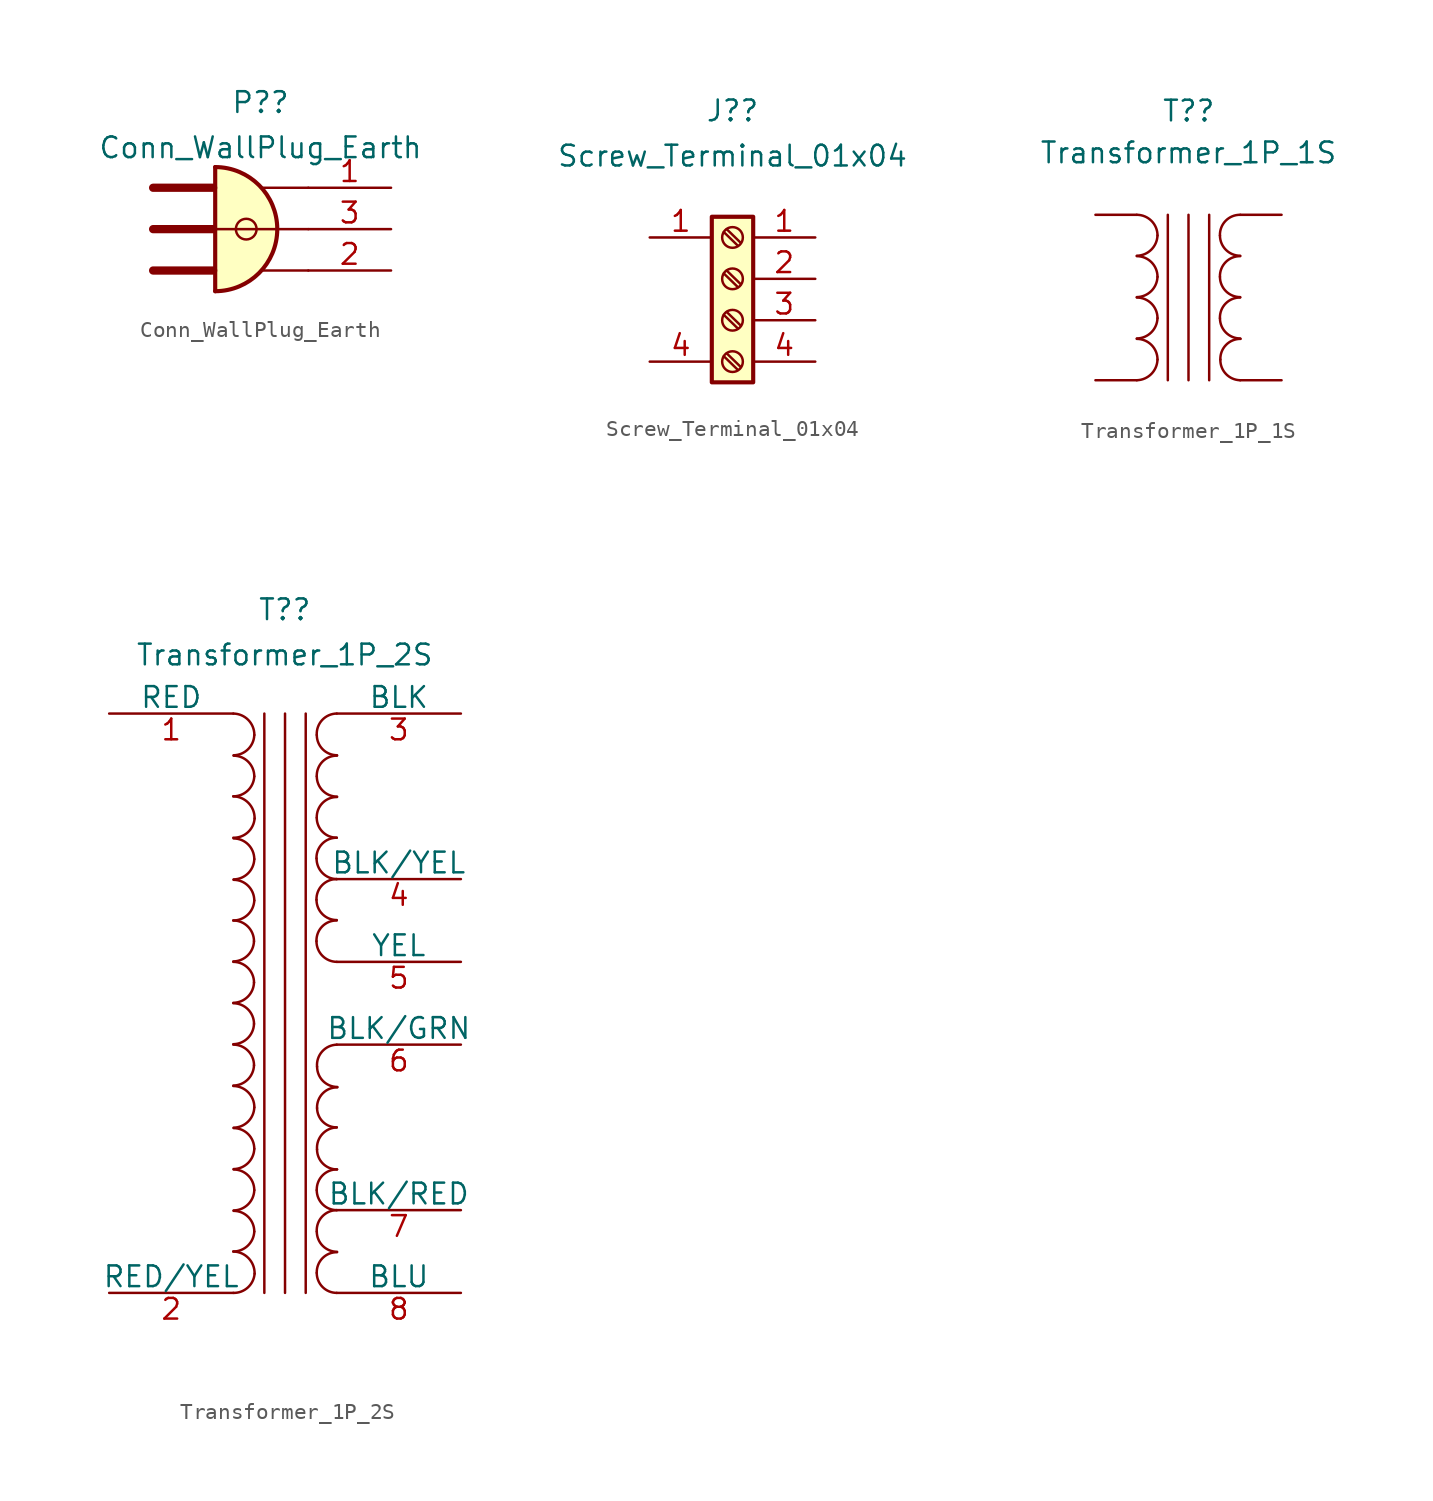
<source format=kicad_sym>
(kicad_symbol_lib
  (version 20211014)
  (generator kicad_symbol_editor)
  (symbol "Conn_WallPlug_Earth"
    (pin_names
      (offset 0) hide)
    (property "Reference" "P?"
      (at -0.394 7.777 0)
      (effects (font (size 1.27 1.27))))
    (property "Value" "Conn_WallPlug_Earth"
      (at -0.394 5.001 0)
      (effects (font (size 1.27 1.27))))
    (symbol "Conn_WallPlug_Earth_0_1"
      (arc (start -3.175 -3.81) (mid 0.635 0) (end -3.175 3.81) (stroke (width 0.254) (type default) (color 0 0 0 0)) (fill (type background)))
      (polyline (pts (xy -6.985 -2.54) (xy -3.302 -2.54)) (stroke (width 0.508) (type default) (color 0 0 0 0)) (fill (type none)))
      (polyline (pts (xy -6.985 0) (xy -3.302 0)) (stroke (width 0.508) (type default) (color 0 0 0 0)) (fill (type none)))
      (polyline (pts (xy -6.985 2.54) (xy -3.302 2.54)) (stroke (width 0.508) (type default) (color 0 0 0 0)) (fill (type none)))
      (polyline (pts (xy -3.302 0) (xy 2.54 0)) (stroke (width 0) (type default) (color 0 0 0 0)) (fill (type none)))
      (polyline (pts (xy -3.175 -3.81) (xy -3.175 3.81)) (stroke (width 0.254) (type default) (color 0 0 0 0)) (fill (type none)))
      (polyline (pts (xy -0.254 -2.54) (xy 2.54 -2.54)) (stroke (width 0) (type default) (color 0 0 0 0)) (fill (type none)))
      (polyline (pts (xy -0.254 2.54) (xy 2.54 2.54)) (stroke (width 0) (type default) (color 0 0 0 0)) (fill (type none))))
    (symbol "Conn_WallPlug_Earth_1_1"
      (circle (center -1.27 0) (radius 0.635) (stroke (width 0.152) (type default) (color 0 0 0 0)) (fill (type none)))
      (pin power_out line (at 7.62 2.54 180) (length 5.08) (name "AC_P" (effects (font (size 1.27 1.27)))) (number "1" (effects (font (size 1.27 1.27)))))
      (pin power_out line (at 7.62 -2.54 180) (length 5.08) (name "AC_N" (effects (font (size 1.27 1.27)))) (number "2" (effects (font (size 1.27 1.27)))))
      (pin passive line (at 7.62 0 180) (length 5.08) (name "EARTH" (effects (font (size 1.27 1.27)))) (number "3" (effects (font (size 1.27 1.27)))))))
  (symbol "Screw_Terminal_01x04"
    (pin_names
      (offset 1.016) hide)
    (property "Reference" "J?"
      (at 0 10.316 0)
      (effects (font (size 1.27 1.27))))
    (property "Value" "Screw_Terminal_01x04"
      (at 0 7.541 0)
      (effects (font (size 1.27 1.27))))
    (symbol "Screw_Terminal_01x04_1_1"
      (rectangle (start -1.27 3.81) (end 1.27 -6.35) (stroke (width 0.254) (type default) (color 0 0 0 0)) (fill (type background)))
      (circle (center 0 -5.08) (radius 0.635) (stroke (width 0.152) (type default) (color 0 0 0 0)) (fill (type none)))
      (circle (center 0 -2.54) (radius 0.635) (stroke (width 0.152) (type default) (color 0 0 0 0)) (fill (type none)))
      (polyline (pts (xy -0.533 -4.75) (xy 0.33 -5.588)) (stroke (width 0.152) (type default) (color 0 0 0 0)) (fill (type none)))
      (polyline (pts (xy -0.533 -2.21) (xy 0.33 -3.048)) (stroke (width 0.152) (type default) (color 0 0 0 0)) (fill (type none)))
      (polyline (pts (xy -0.533 0.33) (xy 0.33 -0.508)) (stroke (width 0.152) (type default) (color 0 0 0 0)) (fill (type none)))
      (polyline (pts (xy -0.533 2.87) (xy 0.33 2.032)) (stroke (width 0.152) (type default) (color 0 0 0 0)) (fill (type none)))
      (polyline (pts (xy -0.356 -4.572) (xy 0.508 -5.41)) (stroke (width 0.152) (type default) (color 0 0 0 0)) (fill (type none)))
      (polyline (pts (xy -0.356 -2.032) (xy 0.508 -2.87)) (stroke (width 0.152) (type default) (color 0 0 0 0)) (fill (type none)))
      (polyline (pts (xy -0.356 0.508) (xy 0.508 -0.33)) (stroke (width 0.152) (type default) (color 0 0 0 0)) (fill (type none)))
      (polyline (pts (xy -0.356 3.048) (xy 0.508 2.21)) (stroke (width 0.152) (type default) (color 0 0 0 0)) (fill (type none)))
      (circle (center 0 0) (radius 0.635) (stroke (width 0.152) (type default) (color 0 0 0 0)) (fill (type none)))
      (circle (center 0 2.54) (radius 0.635) (stroke (width 0.152) (type default) (color 0 0 0 0)) (fill (type none)))
      (pin passive line (at -5.08 2.54 0) (length 3.81) (name "Pin_1" (effects (font (size 1.27 1.27)))) (number "1" (effects (font (size 1.27 1.27)))))
      (pin passive line (at 5.08 2.54 180) (length 3.81) (name "Pin_1" (effects (font (size 1.27 1.27)))) (number "1" (effects (font (size 1.27 1.27)))))
      (pin passive line (at 5.08 0 180) (length 3.81) (name "Pin_2" (effects (font (size 1.27 1.27)))) (number "2" (effects (font (size 1.27 1.27)))))
      (pin passive line (at 5.08 -2.54 180) (length 3.81) (name "Pin_3" (effects (font (size 1.27 1.27)))) (number "3" (effects (font (size 1.27 1.27)))))
      (pin passive line (at -5.08 -5.08 0) (length 3.81) (name "Pin_4" (effects (font (size 1.27 1.27)))) (number "4" (effects (font (size 1.27 1.27)))))
      (pin passive line (at 5.08 -5.08 180) (length 3.81) (name "Pin_4" (effects (font (size 1.27 1.27)))) (number "4" (effects (font (size 1.27 1.27)))))))
  (symbol "Transformer_1P_1S"
    (pin_numbers hide)
    (pin_names
      (offset 1.016) hide)
    (property "Reference" "T?"
      (at 0.013 11.46 0)
      (effects (font (size 1.27 1.27))))
    (property "Value" "Transformer_1P_1S"
      (at 0 8.89 0)
      (effects (font (size 1.27 1.27))))
    (symbol "Transformer_1P_1S_0_1"
      (arc (start -3.175 -5.08) (mid -2.2861 -4.6989) (end -1.905 -3.81) (stroke (width 0) (type default) (color 0 0 0 0)) (fill (type none)))
      (arc (start -3.175 -2.5146) (mid -2.2911 -2.1463) (end -1.905 -1.27) (stroke (width 0) (type default) (color 0 0 0 0)) (fill (type none)))
      (arc (start -3.175 0.0254) (mid -2.2911 0.3937) (end -1.905 1.27) (stroke (width 0) (type default) (color 0 0 0 0)) (fill (type none)))
      (arc (start -3.175 2.5654) (mid -2.2911 2.9337) (end -1.905 3.81) (stroke (width 0) (type default) (color 0 0 0 0)) (fill (type none)))
      (arc (start -1.905 -3.81) (mid -2.277 -2.912) (end -3.175 -2.54) (stroke (width 0) (type default) (color 0 0 0 0)) (fill (type none)))
      (arc (start -1.905 -1.27) (mid -2.277 -0.372) (end -3.175 0) (stroke (width 0) (type default) (color 0 0 0 0)) (fill (type none)))
      (arc (start -1.905 1.27) (mid -2.277 2.168) (end -3.175 2.54) (stroke (width 0) (type default) (color 0 0 0 0)) (fill (type none)))
      (arc (start -1.905 3.81) (mid -2.277 4.708) (end -3.175 5.08) (stroke (width 0) (type default) (color 0 0 0 0)) (fill (type none)))
      (polyline (pts (xy -1.27 5.08) (xy -1.27 -5.08)) (stroke (width 0) (type default) (color 0 0 0 0)) (fill (type none)))
      (polyline (pts (xy 0 -5.08) (xy 0 5.08)) (stroke (width 0) (type default) (color 0 0 0 0)) (fill (type none)))
      (polyline (pts (xy 1.27 -5.08) (xy 1.27 5.08)) (stroke (width 0) (type default) (color 0 0 0 0)) (fill (type none)))
      (arc (start 1.9304 -1.27) (mid 2.2949 -2.1501) (end 3.175 -2.5146) (stroke (width 0) (type default) (color 0 0 0 0)) (fill (type none)))
      (arc (start 1.9304 1.27) (mid 2.2949 0.3899) (end 3.175 0.0254) (stroke (width 0) (type default) (color 0 0 0 0)) (fill (type none)))
      (arc (start 1.9304 3.81) (mid 2.2949 2.9299) (end 3.175 2.5654) (stroke (width 0) (type default) (color 0 0 0 0)) (fill (type none)))
      (arc (start 1.9558 -3.81) (mid 2.3027 -4.6972) (end 3.175 -5.08) (stroke (width 0) (type default) (color 0 0 0 0)) (fill (type none)))
      (arc (start 3.175 0) (mid 2.2806 -0.3683) (end 1.9304 -1.27) (stroke (width 0) (type default) (color 0 0 0 0)) (fill (type none)))
      (arc (start 3.175 2.54) (mid 2.2806 2.1717) (end 1.9304 1.27) (stroke (width 0) (type default) (color 0 0 0 0)) (fill (type none)))
      (arc (start 3.175 5.08) (mid 2.2806 4.7117) (end 1.9304 3.81) (stroke (width 0) (type default) (color 0 0 0 0)) (fill (type none)))
      (arc (start 3.2004 -2.54) (mid 2.306 -2.9083) (end 1.9558 -3.81) (stroke (width 0) (type default) (color 0 0 0 0)) (fill (type none))))
    (symbol "Transformer_1P_1S_1_1"
      (pin bidirectional line (at -5.715 5.08 0) (length 2.54) (name "" (effects (font (size 1.27 1.27)))) (number "1" (effects (font (size 1.27 1.27)))))
      (pin bidirectional line (at -5.715 -5.08 0) (length 2.54) (name "" (effects (font (size 1.27 1.27)))) (number "2" (effects (font (size 1.27 1.27)))))
      (pin bidirectional line (at 5.715 5.08 180) (length 2.54) (name "" (effects (font (size 1.27 1.27)))) (number "3" (effects (font (size 1.27 1.27)))))
      (pin bidirectional line (at 5.715 -5.08 180) (length 2.54) (name "" (effects (font (size 1.27 1.27)))) (number "4" (effects (font (size 1.27 1.27)))))))
  (symbol "Transformer_1P_2S"
    (pin_names
      (offset 0))
    (property "Reference" "T?"
      (at -0.018 24.16 0)
      (effects (font (size 1.27 1.27))))
    (property "Value" "Transformer_1P_2S"
      (at -0.018 21.384 0)
      (effects (font (size 1.27 1.27))))
    (symbol "Transformer_1P_2S_0_1"
      (arc (start -3.175 -17.78) (mid -2.2854 -17.4508) (end -1.868 -16.599) (stroke (width 0) (type default) (color 0 0 0 0)) (fill (type none)))
      (arc (start -3.175 -15.24) (mid -2.2864 -14.8841) (end -1.8865 -14.0145) (stroke (width 0) (type default) (color 0 0 0 0)) (fill (type none)))
      (arc (start -3.175 -5.0546) (mid -2.2911 -4.6863) (end -1.905 -3.81) (stroke (width 0) (type default) (color 0 0 0 0)) (fill (type none)))
      (arc (start -3.175 -2.5146) (mid -2.2911 -2.1463) (end -1.905 -1.27) (stroke (width 0) (type default) (color 0 0 0 0)) (fill (type none)))
      (arc (start -3.175 0.0254) (mid -2.2911 0.3937) (end -1.905 1.27) (stroke (width 0) (type default) (color 0 0 0 0)) (fill (type none)))
      (arc (start -3.175 2.5654) (mid -2.2911 2.9337) (end -1.905 3.81) (stroke (width 0) (type default) (color 0 0 0 0)) (fill (type none)))
      (arc (start -3.175 5.08) (mid -2.2857 5.4351) (end -1.8865 6.3055) (stroke (width 0) (type default) (color 0 0 0 0)) (fill (type none)))
      (arc (start -3.175 10.16) (mid -2.2854 10.4892) (end -1.868 11.341) (stroke (width 0) (type default) (color 0 0 0 0)) (fill (type none)))
      (arc (start -3.175 12.7) (mid -2.2864 13.0559) (end -1.8865 13.9255) (stroke (width 0) (type default) (color 0 0 0 0)) (fill (type none)))
      (arc (start -3.1565 -12.7191) (mid -2.2726 -12.3508) (end -1.8865 -11.4745) (stroke (width 0) (type default) (color 0 0 0 0)) (fill (type none)))
      (arc (start -3.1565 -10.1791) (mid -2.2726 -9.8108) (end -1.8865 -8.9345) (stroke (width 0) (type default) (color 0 0 0 0)) (fill (type none)))
      (arc (start -3.1565 -7.6391) (mid -2.2726 -7.2708) (end -1.8865 -6.3945) (stroke (width 0) (type default) (color 0 0 0 0)) (fill (type none)))
      (arc (start -3.1565 7.6009) (mid -2.2726 7.9692) (end -1.8865 8.8455) (stroke (width 0) (type default) (color 0 0 0 0)) (fill (type none)))
      (arc (start -3.1565 15.2209) (mid -2.2726 15.5892) (end -1.8865 16.4655) (stroke (width 0) (type default) (color 0 0 0 0)) (fill (type none)))
      (arc (start -1.905 -3.81) (mid -2.277 -2.912) (end -3.175 -2.54) (stroke (width 0) (type default) (color 0 0 0 0)) (fill (type none)))
      (arc (start -1.905 -1.27) (mid -2.277 -0.372) (end -3.175 0) (stroke (width 0) (type default) (color 0 0 0 0)) (fill (type none)))
      (arc (start -1.905 1.27) (mid -2.277 2.168) (end -3.175 2.54) (stroke (width 0) (type default) (color 0 0 0 0)) (fill (type none)))
      (arc (start -1.905 3.81) (mid -2.2787 4.7063) (end -3.175 5.08) (stroke (width 0) (type default) (color 0 0 0 0)) (fill (type none)))
      (arc (start -1.8865 -14.0145) (mid -2.2585 -13.1165) (end -3.1565 -12.7445) (stroke (width 0) (type default) (color 0 0 0 0)) (fill (type none)))
      (arc (start -1.8865 -11.4745) (mid -2.2585 -10.5765) (end -3.1565 -10.2045) (stroke (width 0) (type default) (color 0 0 0 0)) (fill (type none)))
      (arc (start -1.8865 -8.9345) (mid -2.2585 -8.0365) (end -3.1565 -7.6645) (stroke (width 0) (type default) (color 0 0 0 0)) (fill (type none)))
      (arc (start -1.8865 -6.3945) (mid -2.2589 -5.4708) (end -3.175 -5.08) (stroke (width 0) (type default) (color 0 0 0 0)) (fill (type none)))
      (arc (start -1.8865 6.3055) (mid -2.2585 7.2035) (end -3.1565 7.5755) (stroke (width 0) (type default) (color 0 0 0 0)) (fill (type none)))
      (arc (start -1.8865 8.8455) (mid -2.2585 9.7435) (end -3.1565 10.1155) (stroke (width 0) (type default) (color 0 0 0 0)) (fill (type none)))
      (arc (start -1.8865 13.9255) (mid -2.2585 14.8235) (end -3.1565 15.1955) (stroke (width 0) (type default) (color 0 0 0 0)) (fill (type none)))
      (arc (start -1.8865 16.4655) (mid -2.2588 17.3893) (end -3.175 17.78) (stroke (width 0) (type default) (color 0 0 0 0)) (fill (type none)))
      (arc (start -1.868 -16.599) (mid -2.2405 -15.6492) (end -3.175 -15.24) (stroke (width 0) (type default) (color 0 0 0 0)) (fill (type none)))
      (arc (start -1.868 11.341) (mid -2.2405 12.2908) (end -3.175 12.7) (stroke (width 0) (type default) (color 0 0 0 0)) (fill (type none)))
      (polyline (pts (xy -1.27 -17.78) (xy -1.27 17.78)) (stroke (width 0) (type default) (color 0 0 0 0)) (fill (type none)))
      (polyline (pts (xy 0 17.78) (xy 0 -17.78)) (stroke (width 0) (type default) (color 0 0 0 0)) (fill (type none)))
      (polyline (pts (xy 1.27 17.78) (xy 1.27 -17.78)) (stroke (width 0) (type default) (color 0 0 0 0)) (fill (type none)))
      (arc (start 1.9304 3.81) (mid 2.2899 2.9174) (end 3.175 2.54) (stroke (width 0) (type default) (color 0 0 0 0)) (fill (type none)))
      (arc (start 1.9304 6.35) (mid 2.2949 5.4699) (end 3.175 5.1054) (stroke (width 0) (type default) (color 0 0 0 0)) (fill (type none)))
      (arc (start 1.9304 8.89) (mid 2.2899 7.9975) (end 3.175 7.62) (stroke (width 0) (type default) (color 0 0 0 0)) (fill (type none)))
      (arc (start 1.9479 -16.5523) (mid 2.3072 -17.4203) (end 3.175 -17.78) (stroke (width 0) (type default) (color 0 0 0 0)) (fill (type none)))
      (arc (start 1.9479 -14.0123) (mid 2.3124 -14.8924) (end 3.1925 -15.2569) (stroke (width 0) (type default) (color 0 0 0 0)) (fill (type none)))
      (arc (start 1.9479 -11.4723) (mid 2.3072 -12.3403) (end 3.175 -12.7) (stroke (width 0) (type default) (color 0 0 0 0)) (fill (type none)))
      (arc (start 1.9479 11.3877) (mid 2.3072 10.5197) (end 3.175 10.16) (stroke (width 0) (type default) (color 0 0 0 0)) (fill (type none)))
      (arc (start 1.9479 13.9277) (mid 2.3124 13.0476) (end 3.1925 12.6831) (stroke (width 0) (type default) (color 0 0 0 0)) (fill (type none)))
      (arc (start 1.9479 16.4677) (mid 2.3124 15.5876) (end 3.1925 15.2231) (stroke (width 0) (type default) (color 0 0 0 0)) (fill (type none)))
      (arc (start 1.9654 -8.9746) (mid 2.3247 -9.8426) (end 3.1925 -10.2023) (stroke (width 0) (type default) (color 0 0 0 0)) (fill (type none)))
      (arc (start 1.9654 -6.4346) (mid 2.3249 -7.2776) (end 3.175 -7.62) (stroke (width 0) (type default) (color 0 0 0 0)) (fill (type none)))
      (arc (start 1.9654 -3.8946) (mid 2.3299 -4.7747) (end 3.21 -5.1392) (stroke (width 0) (type default) (color 0 0 0 0)) (fill (type none)))
      (arc (start 3.175 -12.7) (mid 2.2805 -13.0934) (end 1.9479 -14.0123) (stroke (width 0) (type default) (color 0 0 0 0)) (fill (type none)))
      (arc (start 3.175 -7.62) (mid 2.2802 -8.0384) (end 1.9654 -8.9746) (stroke (width 0) (type default) (color 0 0 0 0)) (fill (type none)))
      (arc (start 3.175 -2.54) (mid 2.2806 -2.9587) (end 1.9654 -3.8946) (stroke (width 0) (type default) (color 0 0 0 0)) (fill (type none)))
      (arc (start 3.175 5.08) (mid 2.2806 4.7117) (end 1.9304 3.81) (stroke (width 0) (type default) (color 0 0 0 0)) (fill (type none)))
      (arc (start 3.175 7.62) (mid 2.2811 7.2512) (end 1.9304 6.35) (stroke (width 0) (type default) (color 0 0 0 0)) (fill (type none)))
      (arc (start 3.175 10.16) (mid 2.2818 9.7904) (end 1.9304 8.89) (stroke (width 0) (type default) (color 0 0 0 0)) (fill (type none)))
      (arc (start 3.175 17.78) (mid 2.2806 17.3865) (end 1.9479 16.4677) (stroke (width 0) (type default) (color 0 0 0 0)) (fill (type none)))
      (arc (start 3.1925 -15.2823) (mid 2.2981 -15.6506) (end 1.9479 -16.5523) (stroke (width 0) (type default) (color 0 0 0 0)) (fill (type none)))
      (arc (start 3.1925 -10.2023) (mid 2.2993 -10.5719) (end 1.9479 -11.4723) (stroke (width 0) (type default) (color 0 0 0 0)) (fill (type none)))
      (arc (start 3.1925 12.6577) (mid 2.2981 12.2894) (end 1.9479 11.3877) (stroke (width 0) (type default) (color 0 0 0 0)) (fill (type none)))
      (arc (start 3.1925 15.1977) (mid 2.2981 14.8294) (end 1.9479 13.9277) (stroke (width 0) (type default) (color 0 0 0 0)) (fill (type none)))
      (arc (start 3.21 -5.1646) (mid 2.3156 -5.5329) (end 1.9654 -6.4346) (stroke (width 0) (type default) (color 0 0 0 0)) (fill (type none))))
    (symbol "Transformer_1P_2S_1_1"
      (pin passive line (at -10.795 17.78 0) (length 7.62) (name "RED" (effects (font (size 1.27 1.27)))) (number "1" (effects (font (size 1.27 1.27)))))
      (pin passive line (at -10.795 -17.78 0) (length 7.62) (name "RED/YEL" (effects (font (size 1.27 1.27)))) (number "2" (effects (font (size 1.27 1.27)))))
      (pin passive line (at 10.795 17.78 180) (length 7.62) (name "BLK" (effects (font (size 1.27 1.27)))) (number "3" (effects (font (size 1.27 1.27)))))
      (pin passive line (at 10.795 7.62 180) (length 7.62) (name "BLK/YEL" (effects (font (size 1.27 1.27)))) (number "4" (effects (font (size 1.27 1.27)))))
      (pin passive line (at 10.795 2.54 180) (length 7.62) (name "YEL" (effects (font (size 1.27 1.27)))) (number "5" (effects (font (size 1.27 1.27)))))
      (pin passive line (at 10.795 -2.54 180) (length 7.62) (name "BLK/GRN" (effects (font (size 1.27 1.27)))) (number "6" (effects (font (size 1.27 1.27)))))
      (pin passive line (at 10.795 -12.7 180) (length 7.62) (name "BLK/RED" (effects (font (size 1.27 1.27)))) (number "7" (effects (font (size 1.27 1.27)))))
      (pin passive line (at 10.795 -17.78 180) (length 7.62) (name "BLU" (effects (font (size 1.27 1.27)))) (number "8" (effects (font (size 1.27 1.27))))))))
</source>
